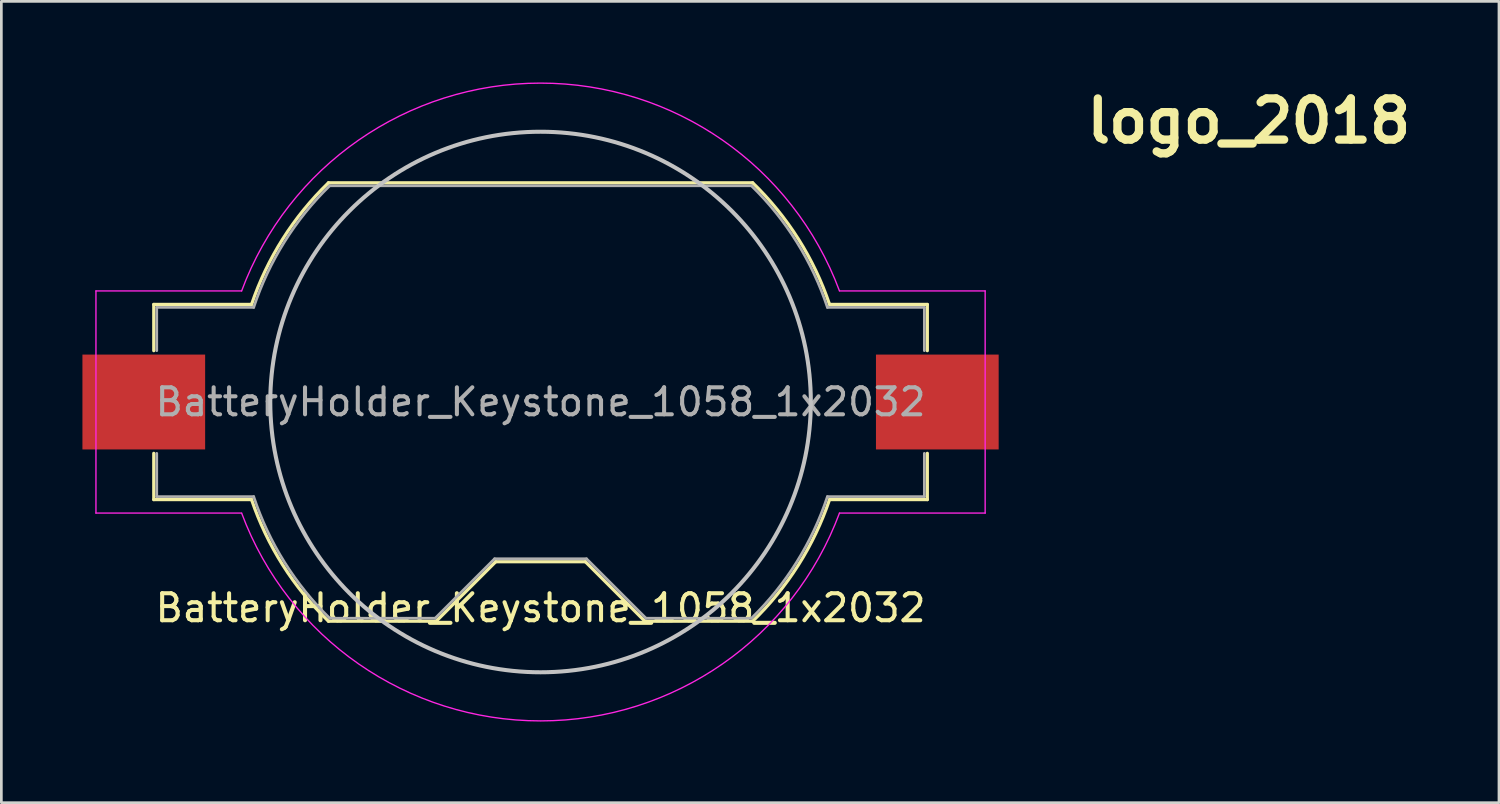
<source format=kicad_pcb>
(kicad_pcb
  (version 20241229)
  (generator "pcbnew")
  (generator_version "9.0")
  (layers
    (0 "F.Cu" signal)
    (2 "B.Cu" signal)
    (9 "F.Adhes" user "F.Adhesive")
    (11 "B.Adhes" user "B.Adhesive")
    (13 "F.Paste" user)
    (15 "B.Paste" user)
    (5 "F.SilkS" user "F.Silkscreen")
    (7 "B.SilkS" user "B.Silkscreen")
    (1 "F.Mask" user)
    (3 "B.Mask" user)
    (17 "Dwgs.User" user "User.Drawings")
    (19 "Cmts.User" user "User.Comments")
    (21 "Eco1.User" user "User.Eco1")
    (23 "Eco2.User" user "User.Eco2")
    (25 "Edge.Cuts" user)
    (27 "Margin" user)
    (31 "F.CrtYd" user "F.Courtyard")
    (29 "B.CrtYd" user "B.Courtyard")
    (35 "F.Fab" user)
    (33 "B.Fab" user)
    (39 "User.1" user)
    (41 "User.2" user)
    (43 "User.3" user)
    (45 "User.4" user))
  (footprint "BatteryHolder_Keystone_1058_1x2032"
    (layer "F.Cu")
    (at 16.95 11.824)
    (property "Reference" "BatteryHolder_Keystone_1058_1x2032" (at 0 7.62 0) (layer "F.SilkS") (effects (font (size 1 1) (thickness 0.15))))
    (attr smd)
    (fp_line (start -14.31 -3.61) (end -10.692 -3.61) (stroke (width 0.12) (type solid)) (layer "F.SilkS"))
    (fp_line (start -14.31 -1.9) (end -14.31 -3.61) (stroke (width 0.12) (type solid)) (layer "F.SilkS"))
    (fp_line (start -14.31 1.9) (end -14.31 3.61) (stroke (width 0.12) (type solid)) (layer "F.SilkS"))
    (fp_line (start -10.692 3.61) (end -14.31 3.61) (stroke (width 0.12) (type solid)) (layer "F.SilkS"))
    (fp_line (start -7.847 -8.11) (end 7.847 -8.11) (stroke (width 0.12) (type solid)) (layer "F.SilkS"))
    (fp_line (start -3.86 8.11) (end -7.847 8.11) (stroke (width 0.12) (type solid)) (layer "F.SilkS"))
    (fp_line (start -1.66 5.91) (end -3.86 8.11) (stroke (width 0.12) (type solid)) (layer "F.SilkS"))
    (fp_line (start 1.66 5.91) (end -1.66 5.91) (stroke (width 0.12) (type solid)) (layer "F.SilkS"))
    (fp_line (start 1.66 5.91) (end 3.86 8.11) (stroke (width 0.12) (type solid)) (layer "F.SilkS"))
    (fp_line (start 7.847 8.11) (end 3.86 8.11) (stroke (width 0.12) (type solid)) (layer "F.SilkS"))
    (fp_line (start 10.692 -3.61) (end 14.31 -3.61) (stroke (width 0.12) (type solid)) (layer "F.SilkS"))
    (fp_line (start 14.31 -1.9) (end 14.31 -3.61) (stroke (width 0.12) (type solid)) (layer "F.SilkS"))
    (fp_line (start 14.31 1.9) (end 14.31 3.61) (stroke (width 0.12) (type solid)) (layer "F.SilkS"))
    (fp_line (start 14.31 3.61) (end 10.692 3.61) (stroke (width 0.12) (type solid)) (layer "F.SilkS"))
    (fp_arc (start -10.692 -3.61) (mid -9.538084 -6.031244) (end -7.845371 -8.111789) (stroke (width 0.12) (type solid)) (layer "F.SilkS"))
    (fp_arc (start -7.845371 8.111789) (mid -9.538085 6.031244) (end -10.692 3.61) (stroke (width 0.12) (type solid)) (layer "F.SilkS"))
    (fp_arc (start 7.845371 -8.111789) (mid 9.538085 -6.031244) (end 10.692 -3.61) (stroke (width 0.12) (type solid)) (layer "F.SilkS"))
    (fp_arc (start 10.692 3.61) (mid 9.538084 6.031244) (end 7.845371 8.111789) (stroke (width 0.12) (type solid)) (layer "F.SilkS"))
    (fp_circle (center 0 0) (end 10 0) (stroke (width 0.15) (type solid)) (fill no) (layer "Dwgs.User"))
    (fp_line (start -16.45 -4.11) (end -16.45 4.11) (stroke (width 0.05) (type solid)) (layer "F.CrtYd"))
    (fp_line (start -16.45 -4.11) (end -11.06 -4.11) (stroke (width 0.05) (type solid)) (layer "F.CrtYd"))
    (fp_line (start -16.45 4.11) (end -11.06 4.11) (stroke (width 0.05) (type solid)) (layer "F.CrtYd"))
    (fp_line (start 11.06 4.11) (end 16.45 4.11) (stroke (width 0.05) (type solid)) (layer "F.CrtYd"))
    (fp_line (start 16.45 -4.11) (end 11.06 -4.11) (stroke (width 0.05) (type solid)) (layer "F.CrtYd"))
    (fp_line (start 16.45 4.11) (end 16.45 -4.11) (stroke (width 0.05) (type solid)) (layer "F.CrtYd"))
    (fp_arc (start -11.06 -4.11) (mid -0.002978 -11.79897) (end 11.057924 -4.115582) (stroke (width 0.05) (type solid)) (layer "F.CrtYd"))
    (fp_arc (start 11.06 4.11) (mid 0.002978 11.79897) (end -11.057924 4.115582) (stroke (width 0.05) (type solid)) (layer "F.CrtYd"))
    (fp_line (start -14.2 -3.5) (end -14.2 -1.9) (stroke (width 0.1) (type solid)) (layer "F.Fab"))
    (fp_line (start -14.2 -3.5) (end -10.613 -3.5) (stroke (width 0.1) (type solid)) (layer "F.Fab"))
    (fp_line (start -14.2 1.9) (end -14.2 3.5) (stroke (width 0.1) (type solid)) (layer "F.Fab"))
    (fp_line (start -14.2 3.5) (end -10.613 3.5) (stroke (width 0.1) (type solid)) (layer "F.Fab"))
    (fp_line (start -7.803 -8) (end 7.803 -8) (stroke (width 0.1) (type solid)) (layer "F.Fab"))
    (fp_line (start -3.9 8) (end -7.803 8) (stroke (width 0.1) (type solid)) (layer "F.Fab"))
    (fp_line (start -1.7 5.8) (end -3.9 8) (stroke (width 0.1) (type solid)) (layer "F.Fab"))
    (fp_line (start -1.7 5.8) (end 1.7 5.8) (stroke (width 0.1) (type solid)) (layer "F.Fab"))
    (fp_line (start 1.7 5.8) (end 3.9 8) (stroke (width 0.1) (type solid)) (layer "F.Fab"))
    (fp_line (start 3.9 8) (end 7.803 8) (stroke (width 0.1) (type solid)) (layer "F.Fab"))
    (fp_line (start 10.613 -3.5) (end 14.2 -3.5) (stroke (width 0.1) (type solid)) (layer "F.Fab"))
    (fp_line (start 14.2 -3.5) (end 14.2 -1.9) (stroke (width 0.1) (type solid)) (layer "F.Fab"))
    (fp_line (start 14.2 1.9) (end 14.2 3.5) (stroke (width 0.1) (type solid)) (layer "F.Fab"))
    (fp_line (start 14.2 3.5) (end 10.613 3.5) (stroke (width 0.1) (type solid)) (layer "F.Fab"))
    (fp_arc (start -10.61275 -3.5) (mid -9.478596 -5.919179) (end -7.802602 -7.999992) (stroke (width 0.1) (type solid)) (layer "F.Fab"))
    (fp_arc (start -7.802602 7.999992) (mid -9.478596 5.91918) (end -10.61275 3.5) (stroke (width 0.1) (type solid)) (layer "F.Fab"))
    (fp_arc (start 7.802602 -7.999992) (mid 9.478596 -5.91918) (end 10.61275 -3.5) (stroke (width 0.1) (type solid)) (layer "F.Fab"))
    (fp_arc (start 10.61275 3.5) (mid 9.478596 5.919179) (end 7.802602 7.999992) (stroke (width 0.1) (type solid)) (layer "F.Fab"))
    (fp_text user "${REFERENCE}" (at 0 0 0) (layer "F.Fab") (effects (font (size 1 1) (thickness 0.15))))
    (pad "1" smd rect (at -14.68 0) (size 4.54 3.51) (layers "F.Cu" "F.Mask" "F.Paste"))
    (pad "2" smd rect (at 14.68 0) (size 4.54 3.51) (layers "F.Cu" "F.Mask" "F.Paste")))
  (footprint "logo_2018"
    (layer "F.Cu")
    (at 43.156 6.776)
    (property "Reference" "logo_2018" (at 0 -5.35 0) (layer "F.SilkS") (effects (font (size 1.524 1.524) (thickness 0.305))))
    (attr smd)
    (fp_poly (pts (xy 2.673 1.644) (xy 2.7 1.808) (xy 2.706 1.973) (xy 2.699 2.138) (xy 2.673 2.302) (xy 1.687 2.302) (xy 0.7 2.302) (xy 0.675 2.138) (xy 0.668 1.973) (xy 0.674 1.808) (xy 0.7 1.644) (xy 1.029 1.644) (xy 1.358 1.644) (xy 1.332 1.48) (xy 1.325 1.315) (xy 1.332 1.15) (xy 1.358 0.987) (xy 1.332 0.823) (xy 1.325 0.658) (xy 1.332 0.492) (xy 1.358 0.329) (xy 1.332 0.165) (xy 1.325 0) (xy 1.332 -0.165) (xy 1.358 -0.329) (xy 1.332 -0.493) (xy 1.325 -0.658) (xy 1.332 -0.823) (xy 1.358 -0.987) (xy 1.111 -0.987) (xy 0.865 -0.987) (xy 0.839 -1.15) (xy 0.832 -1.315) (xy 0.839 -1.481) (xy 0.865 -1.644) (xy 1.111 -1.644) (xy 1.358 -1.644) (xy 1.332 -1.808) (xy 1.325 -1.973) (xy 1.332 -2.138) (xy 1.358 -2.302) (xy 1.687 -2.302) (xy 2.016 -2.302) (xy 2.042 -2.138) (xy 2.049 -1.973) (xy 2.042 -1.808) (xy 2.016 -1.644) (xy 2.042 -1.481) (xy 2.049 -1.315) (xy 2.042 -1.15) (xy 2.016 -0.987) (xy 2.042 -0.823) (xy 2.049 -0.658) (xy 2.042 -0.493) (xy 2.016 -0.329) (xy 2.042 -0.165) (xy 2.049 0) (xy 2.042 0.165) (xy 2.016 0.329) (xy 2.042 0.492) (xy 2.049 0.658) (xy 2.042 0.823) (xy 2.016 0.987) (xy 2.042 1.15) (xy 2.049 1.315) (xy 2.042 1.48) (xy 2.016 1.644) (xy 2.345 1.644) (xy 2.673 1.644)) (stroke (width 0) (type solid)) (fill yes) (layer "F.Mask"))
    (fp_poly (pts (xy -3.712 -0.658) (xy -3.72 -0.493) (xy -3.745 -0.329) (xy -3.951 -0.329) (xy -4.156 -0.329) (xy -4.13 -0.165) (xy -4.124 0) (xy -4.131 0.165) (xy -4.156 0.329) (xy -4.362 0.329) (xy -4.567 0.329) (xy -4.541 0.492) (xy -4.535 0.658) (xy -4.542 0.823) (xy -4.567 0.987) (xy -4.773 0.987) (xy -4.979 0.987) (xy -4.952 1.15) (xy -4.946 1.315) (xy -4.953 1.48) (xy -4.979 1.644) (xy -4.362 1.644) (xy -3.745 1.644) (xy -3.719 1.808) (xy -3.712 1.973) (xy -3.72 2.138) (xy -3.745 2.302) (xy -4.896 2.302) (xy -6.047 2.302) (xy -6.073 2.138) (xy -6.08 1.973) (xy -6.073 1.808) (xy -6.047 1.644) (xy -5.842 1.644) (xy -5.636 1.644) (xy -5.662 1.48) (xy -5.669 1.315) (xy -5.662 1.15) (xy -5.636 0.987) (xy -5.431 0.987) (xy -5.225 0.987) (xy -5.251 0.823) (xy -5.258 0.658) (xy -5.251 0.492) (xy -5.225 0.329) (xy -5.02 0.329) (xy -4.814 0.329) (xy -4.84 0.165) (xy -4.847 0) (xy -4.84 -0.165) (xy -4.814 -0.329) (xy -4.609 -0.329) (xy -4.403 -0.329) (xy -4.429 -0.493) (xy -4.436 -0.658) (xy -4.429 -0.823) (xy -4.403 -0.987) (xy -4.429 -1.15) (xy -4.436 -1.315) (xy -4.429 -1.481) (xy -4.403 -1.644) (xy -4.979 -1.644) (xy -5.554 -1.644) (xy -5.528 -1.481) (xy -5.521 -1.315) (xy -5.528 -1.15) (xy -5.554 -0.987) (xy -5.801 -0.987) (xy -6.047 -0.987) (xy -6.073 -1.15) (xy -6.08 -1.315) (xy -6.073 -1.481) (xy -6.047 -1.644) (xy -5.883 -1.644) (xy -5.718 -1.644) (xy -5.744 -1.808) (xy -5.751 -1.973) (xy -5.745 -2.138) (xy -5.718 -2.302) (xy -4.896 -2.302) (xy -4.074 -2.302) (xy -4.048 -2.138) (xy -4.041 -1.973) (xy -4.048 -1.808) (xy -4.074 -1.644) (xy -3.91 -1.644) (xy -3.745 -1.644) (xy -3.719 -1.481) (xy -3.712 -1.315) (xy -3.72 -1.15) (xy -3.745 -0.987) (xy -3.719 -0.823) (xy -3.712 -0.658)) (stroke (width 0) (type solid)) (fill yes) (layer "F.Mask"))
    (fp_poly (pts (xy 6.08 -0.658) (xy 5.39 -0.329) (xy 5.364 -0.493) (xy 5.357 -0.658) (xy 5.363 -0.823) (xy 5.39 -0.987) (xy 5.364 -1.15) (xy 5.357 -1.315) (xy 5.363 -1.481) (xy 5.39 -1.644) (xy 4.979 -1.644) (xy 4.567 -1.644) (xy 4.594 -1.481) (xy 4.6 -1.315) (xy 4.593 -1.15) (xy 4.567 -0.987) (xy 4.594 -0.823) (xy 4.6 -0.658) (xy 4.593 -0.493) (xy 4.567 -0.329) (xy 4.979 -0.329) (xy 5.39 -0.329) (xy 6.08 -0.658) (xy 4.567 0.329) (xy 4.594 0.492) (xy 4.6 0.658) (xy 4.593 0.823) (xy 4.567 0.987) (xy 4.594 1.15) (xy 4.6 1.315) (xy 4.593 1.48) (xy 4.567 1.644) (xy 4.979 1.644) (xy 5.39 1.644) (xy 5.364 1.48) (xy 5.357 1.315) (xy 5.363 1.15) (xy 5.39 0.987) (xy 5.364 0.823) (xy 5.357 0.658) (xy 5.363 0.492) (xy 5.39 0.329) (xy 4.979 0.329) (xy 4.567 0.329) (xy 6.08 -0.658) (xy 6.073 -0.493) (xy 6.047 -0.329) (xy 5.842 -0.329) (xy 5.636 -0.329) (xy 5.662 -0.165) (xy 5.669 0) (xy 5.662 0.165) (xy 5.636 0.329) (xy 5.842 0.329) (xy 6.047 0.329) (xy 6.073 0.492) (xy 6.08 0.658) (xy 6.073 0.823) (xy 6.047 0.987) (xy 6.073 1.15) (xy 6.08 1.315) (xy 6.073 1.48) (xy 6.047 1.644) (xy 5.842 1.644) (xy 5.636 1.644) (xy 5.662 1.808) (xy 5.669 1.973) (xy 5.662 2.138) (xy 5.636 2.302) (xy 4.979 2.302) (xy 4.321 2.302) (xy 4.295 2.138) (xy 4.288 1.973) (xy 4.295 1.808) (xy 4.321 1.644) (xy 4.115 1.644) (xy 3.91 1.644) (xy 3.884 1.48) (xy 3.877 1.315) (xy 3.884 1.15) (xy 3.91 0.987) (xy 3.884 0.823) (xy 3.877 0.658) (xy 3.884 0.492) (xy 3.91 0.329) (xy 4.115 0.329) (xy 4.321 0.329) (xy 4.295 0.165) (xy 4.288 0) (xy 4.295 -0.165) (xy 4.321 -0.329) (xy 4.115 -0.329) (xy 3.91 -0.329) (xy 3.884 -0.493) (xy 3.877 -0.658) (xy 3.884 -0.823) (xy 3.91 -0.987) (xy 3.884 -1.15) (xy 3.877 -1.315) (xy 3.884 -1.481) (xy 3.91 -1.644) (xy 4.115 -1.644) (xy 4.321 -1.644) (xy 4.295 -1.808) (xy 4.288 -1.973) (xy 4.295 -2.138) (xy 4.321 -2.302) (xy 4.979 -2.302) (xy 5.636 -2.302) (xy 5.662 -2.138) (xy 5.669 -1.973) (xy 5.662 -1.808) (xy 5.636 -1.644) (xy 5.842 -1.644) (xy 6.047 -1.644) (xy 6.073 -1.481) (xy 6.08 -1.315) (xy 6.073 -1.15) (xy 6.047 -0.987) (xy 6.073 -0.823) (xy 6.08 -0.658)) (stroke (width 0) (type solid)) (fill yes) (layer "F.Mask"))
    (fp_poly (pts (xy -1.161 -1.973) (xy -2.016 -1.644) (xy -1.99 -1.481) (xy -1.983 -1.315) (xy -1.99 -1.15) (xy -2.016 -0.987) (xy -1.99 -0.823) (xy -1.983 -0.658) (xy -1.99 -0.493) (xy -2.016 -0.329) (xy -1.99 -0.165) (xy -1.983 0) (xy -1.99 0.165) (xy -2.016 0.329) (xy -1.99 0.492) (xy -1.983 0.658) (xy -1.99 0.823) (xy -2.016 0.987) (xy -1.99 1.15) (xy -1.983 1.315) (xy -1.99 1.48) (xy -2.016 1.644) (xy -2.221 1.644) (xy -2.427 1.644) (xy -2.453 1.48) (xy -2.46 1.315) (xy -2.453 1.15) (xy -2.427 0.987) (xy -2.55 0.987) (xy -2.673 0.987) (xy -2.699 0.823) (xy -2.706 0.658) (xy -2.7 0.492) (xy -2.673 0.329) (xy -2.699 0.165) (xy -2.706 0) (xy -2.7 -0.165) (xy -2.673 -0.329) (xy -2.699 -0.493) (xy -2.706 -0.658) (xy -2.7 -0.823) (xy -2.673 -0.987) (xy -2.55 -0.987) (xy -2.427 -0.987) (xy -2.453 -1.15) (xy -2.46 -1.315) (xy -2.453 -1.481) (xy -2.427 -1.644) (xy -2.221 -1.644) (xy -2.016 -1.644) (xy -1.161 -1.973) (xy -1.194 -1.644) (xy -0.988 -1.644) (xy -0.783 -1.644) (xy -0.756 -1.481) (xy -0.75 -1.315) (xy -0.757 -1.15) (xy -0.783 -0.987) (xy -0.659 -0.987) (xy -0.536 -0.987) (xy -0.51 -0.823) (xy -0.503 -0.658) (xy -0.51 -0.493) (xy -0.536 -0.329) (xy -0.51 -0.165) (xy -0.503 0) (xy -0.51 0.165) (xy -0.536 0.329) (xy -0.51 0.492) (xy -0.503 0.658) (xy -0.51 0.823) (xy -0.536 0.987) (xy -0.659 0.987) (xy -0.783 0.987) (xy -0.756 1.15) (xy -0.75 1.315) (xy -0.757 1.48) (xy -0.783 1.644) (xy -0.988 1.644) (xy -1.194 1.644) (xy -1.219 1.48) (xy -1.227 1.315) (xy -1.22 1.15) (xy -1.194 0.987) (xy -1.219 0.823) (xy -1.227 0.658) (xy -1.22 0.492) (xy -1.194 0.329) (xy -1.219 0.165) (xy -1.227 0) (xy -1.22 -0.165) (xy -1.194 -0.329) (xy -1.219 -0.493) (xy -1.227 -0.658) (xy -1.22 -0.823) (xy -1.194 -0.987) (xy -1.219 -1.15) (xy -1.227 -1.315) (xy -1.22 -1.481) (xy -1.194 -1.644) (xy -1.161 -1.973) (xy -1.168 -1.808) (xy -1.194 -1.644) (xy -1.605 -1.644) (xy -1.605 1.644) (xy -1.194 1.644) (xy -1.168 1.808) (xy -1.161 1.973) (xy -1.168 2.138) (xy -1.194 2.302) (xy -1.605 2.302) (xy -2.016 2.302) (xy -2.042 2.138) (xy -2.049 1.973) (xy -2.042 1.808) (xy -2.016 1.644) (xy -1.605 1.644) (xy -1.605 -1.644) (xy -2.016 -1.644) (xy -2.042 -1.808) (xy -2.049 -1.973) (xy -2.042 -2.138) (xy -2.016 -2.302) (xy -1.605 -2.302) (xy -1.194 -2.302) (xy -1.168 -2.138) (xy -1.161 -1.973)) (stroke (width 0) (type solid)) (fill yes) (layer "F.Mask")))
  (gr_rect
    (start -3 -3)
    (end 52.411 26.648)
    (stroke (width 0.1) (type default))
    (fill no)
    (layer "Edge.Cuts")))
</source>
